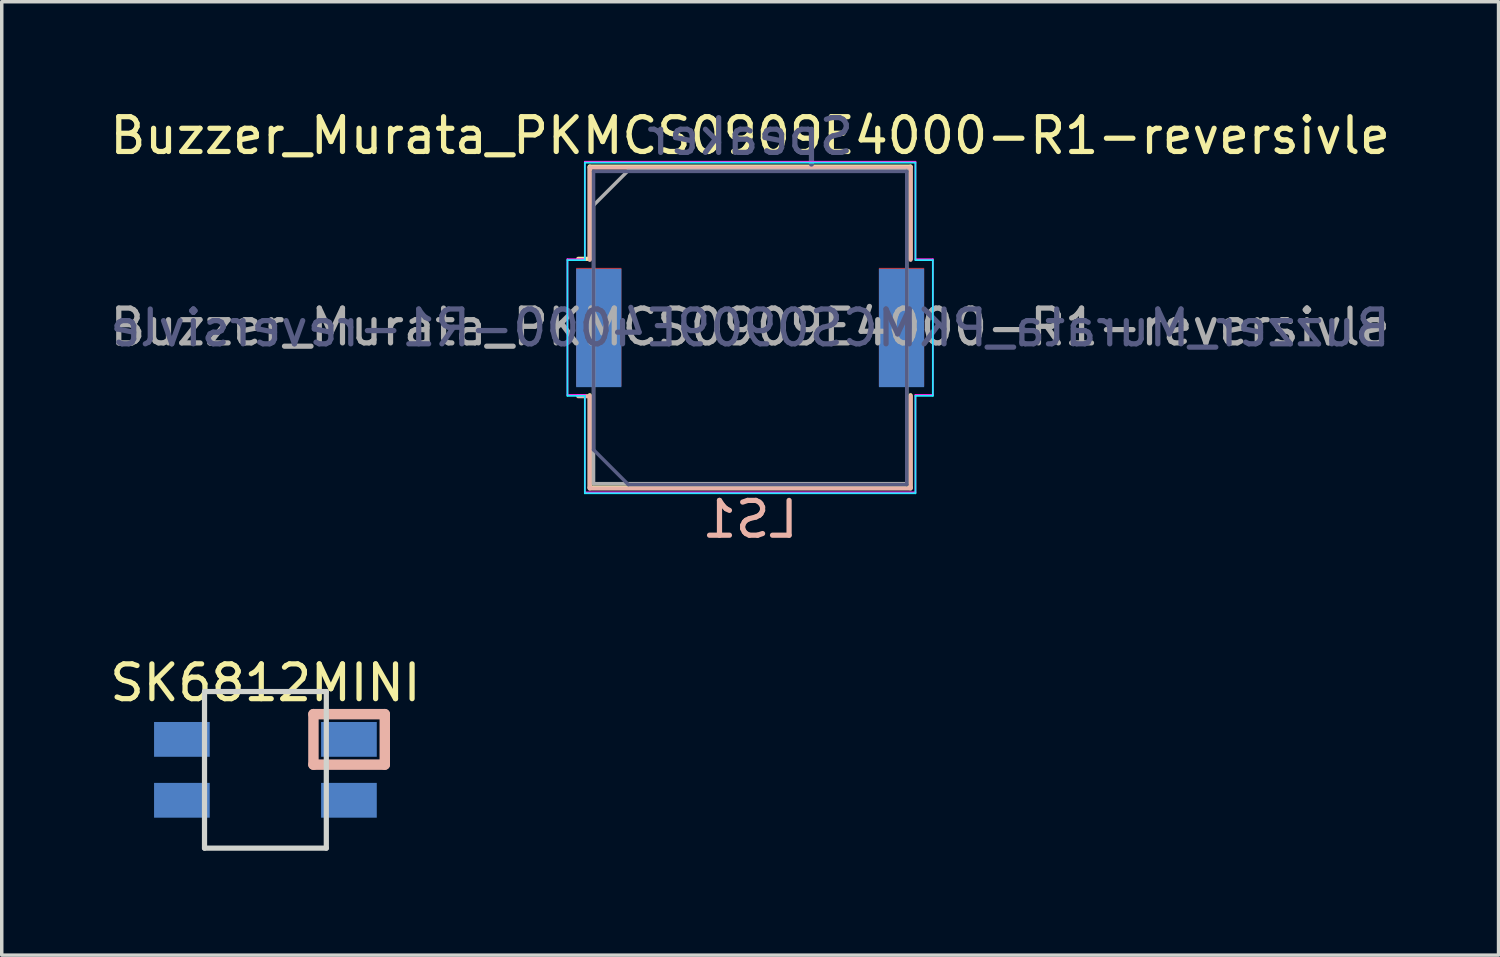
<source format=kicad_pcb>
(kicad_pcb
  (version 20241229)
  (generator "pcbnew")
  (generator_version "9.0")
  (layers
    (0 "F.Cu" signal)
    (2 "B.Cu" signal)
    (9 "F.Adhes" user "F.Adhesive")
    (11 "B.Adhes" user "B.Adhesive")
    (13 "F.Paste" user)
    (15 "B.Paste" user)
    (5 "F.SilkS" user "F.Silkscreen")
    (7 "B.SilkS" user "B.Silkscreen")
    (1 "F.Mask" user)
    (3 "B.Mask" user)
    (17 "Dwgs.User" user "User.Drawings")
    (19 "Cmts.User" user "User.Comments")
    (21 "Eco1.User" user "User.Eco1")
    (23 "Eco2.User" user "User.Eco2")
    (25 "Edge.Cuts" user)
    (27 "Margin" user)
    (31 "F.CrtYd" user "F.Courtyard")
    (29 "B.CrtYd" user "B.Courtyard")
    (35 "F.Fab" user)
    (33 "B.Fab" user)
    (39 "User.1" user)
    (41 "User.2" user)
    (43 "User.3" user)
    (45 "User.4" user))
  (footprint "SK6812MINI"
    (layer "F.Cu")
    (at 4.577 19.072)
    (property "Reference" "SK6812MINI" (at 0 -2.5 0) (layer "F.SilkS") (effects (font (size 1 1) (thickness 0.15))))
    (attr through_hole)
    (fp_line (start 1.38 -1.6) (end 3.43 -1.6) (stroke (width 0.3) (type solid)) (layer "B.SilkS"))
    (fp_line (start 1.38 -0.15) (end 1.38 -1.6) (stroke (width 0.3) (type solid)) (layer "B.SilkS"))
    (fp_line (start 3.43 -1.6) (end 3.43 -0.15) (stroke (width 0.3) (type solid)) (layer "B.SilkS"))
    (fp_line (start 3.43 -0.15) (end 1.38 -0.15) (stroke (width 0.3) (type solid)) (layer "B.SilkS"))
    (fp_line (start -1.75 -2.25) (end -1.75 2.25) (stroke (width 0.15) (type solid)) (layer "Edge.Cuts"))
    (fp_line (start -1.75 -2.25) (end 1.75 -2.25) (stroke (width 0.15) (type solid)) (layer "Edge.Cuts"))
    (fp_line (start 1.75 -2.25) (end 1.75 2.25) (stroke (width 0.15) (type solid)) (layer "Edge.Cuts"))
    (fp_line (start 1.75 2.25) (end -1.75 2.25) (stroke (width 0.15) (type solid)) (layer "Edge.Cuts"))
    (pad "1" smd rect (at -2.4 -0.875) (size 1.6 1) (layers "B.Cu" "B.Mask" "B.Paste"))
    (pad "2" smd rect (at -2.4 0.875) (size 1.6 1) (layers "B.Cu" "B.Mask" "B.Paste"))
    (pad "3" smd rect (at 2.4 0.875) (size 1.6 1) (layers "B.Cu" "B.Mask" "B.Paste"))
    (pad "4" smd rect (at 2.4 -0.875) (size 1.6 1) (layers "B.Cu" "B.Mask" "B.Paste")))
  (footprint "Buzzer_Murata_PKMCS0909E4000-R1-reversivle"
    (layer "F.Cu")
    (at 18.506 6.348)
    (property "Reference" "Buzzer_Murata_PKMCS0909E4000-R1-reversivle" (at 0 -5.5 0) (layer "F.SilkS") (effects (font (size 1 1) (thickness 0.15))))
    (attr smd)
    (fp_line (start -4.61 -4.61) (end 4.61 -4.61) (stroke (width 0.12) (type solid)) (layer "F.SilkS"))
    (fp_line (start -4.61 -1.96) (end -4.94 -1.96) (stroke (width 0.12) (type solid)) (layer "F.SilkS"))
    (fp_line (start -4.61 -1.96) (end -4.61 -4.61) (stroke (width 0.12) (type solid)) (layer "F.SilkS"))
    (fp_line (start -4.61 4.61) (end -4.61 1.96) (stroke (width 0.12) (type solid)) (layer "F.SilkS"))
    (fp_line (start 4.61 -4.61) (end 4.61 -1.96) (stroke (width 0.12) (type solid)) (layer "F.SilkS"))
    (fp_line (start 4.61 1.96) (end 4.61 4.61) (stroke (width 0.12) (type solid)) (layer "F.SilkS"))
    (fp_line (start 4.61 4.61) (end -4.61 4.61) (stroke (width 0.12) (type solid)) (layer "F.SilkS"))
    (fp_line (start -4.61 -4.583) (end -4.61 -1.933) (stroke (width 0.12) (type solid)) (layer "B.SilkS"))
    (fp_line (start -4.61 1.987) (end -4.94 1.987) (stroke (width 0.12) (type solid)) (layer "B.SilkS"))
    (fp_line (start -4.61 1.987) (end -4.61 4.637) (stroke (width 0.12) (type solid)) (layer "B.SilkS"))
    (fp_line (start -4.61 4.637) (end 4.61 4.637) (stroke (width 0.12) (type solid)) (layer "B.SilkS"))
    (fp_line (start 4.61 -4.583) (end -4.61 -4.583) (stroke (width 0.12) (type solid)) (layer "B.SilkS"))
    (fp_line (start 4.61 -1.933) (end 4.61 -4.583) (stroke (width 0.12) (type solid)) (layer "B.SilkS"))
    (fp_line (start 4.61 4.637) (end 4.61 1.987) (stroke (width 0.12) (type solid)) (layer "B.SilkS"))
    (fp_line (start -5.25 -1.923) (end -5.25 1.977) (stroke (width 0.05) (type solid)) (layer "B.CrtYd"))
    (fp_line (start -4.75 -4.723) (end -4.75 -1.923) (stroke (width 0.05) (type solid)) (layer "B.CrtYd"))
    (fp_line (start -4.75 -1.923) (end -5.25 -1.923) (stroke (width 0.05) (type solid)) (layer "B.CrtYd"))
    (fp_line (start -4.75 1.977) (end -5.25 1.977) (stroke (width 0.05) (type solid)) (layer "B.CrtYd"))
    (fp_line (start -4.75 1.977) (end -4.75 4.777) (stroke (width 0.05) (type solid)) (layer "B.CrtYd"))
    (fp_line (start -4.75 4.777) (end 4.75 4.777) (stroke (width 0.05) (type solid)) (layer "B.CrtYd"))
    (fp_line (start 4.75 -4.723) (end -4.75 -4.723) (stroke (width 0.05) (type solid)) (layer "B.CrtYd"))
    (fp_line (start 4.75 -4.723) (end 4.75 -1.923) (stroke (width 0.05) (type solid)) (layer "B.CrtYd"))
    (fp_line (start 4.75 -1.923) (end 5.25 -1.923) (stroke (width 0.05) (type solid)) (layer "B.CrtYd"))
    (fp_line (start 4.75 1.977) (end 4.75 4.777) (stroke (width 0.05) (type solid)) (layer "B.CrtYd"))
    (fp_line (start 4.75 1.977) (end 5.25 1.977) (stroke (width 0.05) (type solid)) (layer "B.CrtYd"))
    (fp_line (start 5.25 -1.923) (end 5.25 1.977) (stroke (width 0.05) (type solid)) (layer "B.CrtYd"))
    (fp_line (start -5.25 1.95) (end -5.25 -1.95) (stroke (width 0.05) (type solid)) (layer "F.CrtYd"))
    (fp_line (start -4.75 -4.75) (end 4.75 -4.75) (stroke (width 0.05) (type solid)) (layer "F.CrtYd"))
    (fp_line (start -4.75 -1.95) (end -5.25 -1.95) (stroke (width 0.05) (type solid)) (layer "F.CrtYd"))
    (fp_line (start -4.75 -1.95) (end -4.75 -4.75) (stroke (width 0.05) (type solid)) (layer "F.CrtYd"))
    (fp_line (start -4.75 1.95) (end -5.25 1.95) (stroke (width 0.05) (type solid)) (layer "F.CrtYd"))
    (fp_line (start -4.75 4.75) (end -4.75 1.95) (stroke (width 0.05) (type solid)) (layer "F.CrtYd"))
    (fp_line (start 4.75 -1.95) (end 4.75 -4.75) (stroke (width 0.05) (type solid)) (layer "F.CrtYd"))
    (fp_line (start 4.75 -1.95) (end 5.25 -1.95) (stroke (width 0.05) (type solid)) (layer "F.CrtYd"))
    (fp_line (start 4.75 1.95) (end 5.25 1.95) (stroke (width 0.05) (type solid)) (layer "F.CrtYd"))
    (fp_line (start 4.75 4.75) (end -4.75 4.75) (stroke (width 0.05) (type solid)) (layer "F.CrtYd"))
    (fp_line (start 4.75 4.75) (end 4.75 1.95) (stroke (width 0.05) (type solid)) (layer "F.CrtYd"))
    (fp_line (start 5.25 1.95) (end 5.25 -1.95) (stroke (width 0.05) (type solid)) (layer "F.CrtYd"))
    (fp_line (start -4.5 -4.473) (end -4.5 3.527) (stroke (width 0.1) (type solid)) (layer "B.Fab"))
    (fp_line (start -4.5 3.527) (end -3.5 4.527) (stroke (width 0.1) (type solid)) (layer "B.Fab"))
    (fp_line (start -3.5 4.527) (end 4.5 4.527) (stroke (width 0.1) (type solid)) (layer "B.Fab"))
    (fp_line (start 4.5 -4.473) (end -4.5 -4.473) (stroke (width 0.1) (type solid)) (layer "B.Fab"))
    (fp_line (start 4.5 4.527) (end 4.5 -4.473) (stroke (width 0.1) (type solid)) (layer "B.Fab"))
    (fp_line (start -4.5 -3.5) (end -3.5 -4.5) (stroke (width 0.1) (type solid)) (layer "F.Fab"))
    (fp_line (start -4.5 4.5) (end -4.5 -3.5) (stroke (width 0.1) (type solid)) (layer "F.Fab"))
    (fp_line (start -3.5 -4.5) (end 4.5 -4.5) (stroke (width 0.1) (type solid)) (layer "F.Fab"))
    (fp_line (start 4.5 -4.5) (end 4.5 4.5) (stroke (width 0.1) (type solid)) (layer "F.Fab"))
    (fp_line (start 4.5 4.5) (end -4.5 4.5) (stroke (width 0.1) (type solid)) (layer "F.Fab"))
    (fp_text user "LS1" (at 0 5.527 0) (layer "B.SilkS") (effects (font (size 1 1) (thickness 0.15)) (justify mirror)))
    (fp_text user "${REFERENCE}" (at 0 0.027 0) (layer "B.Fab") (effects (font (size 1 1) (thickness 0.15)) (justify mirror)))
    (fp_text user "Speaker" (at 0 -5.473 0) (layer "B.Fab") (effects (font (size 1 1) (thickness 0.15)) (justify mirror)))
    (fp_text user "${REFERENCE}" (at 0 0 0) (layer "F.Fab") (effects (font (size 1 1) (thickness 0.15))))
    (pad "1" smd rect (at -4.35 0) (size 1.3 3.4) (layers "F.Cu" "F.Mask" "F.Paste"))
    (pad "1" smd rect (at -4.35 0.027) (size 1.3 3.4) (layers "B.Cu" "B.Mask" "B.Paste"))
    (pad "2" smd rect (at 4.35 0) (size 1.3 3.4) (layers "F.Cu" "F.Mask" "F.Paste"))
    (pad "2" smd rect (at 4.35 0.027) (size 1.3 3.4) (layers "B.Cu" "B.Mask" "B.Paste")))
  (gr_rect
    (start -3 -3)
    (end 40.012 24.397)
    (stroke (width 0.1) (type default))
    (fill no)
    (layer "Edge.Cuts")))
</source>
